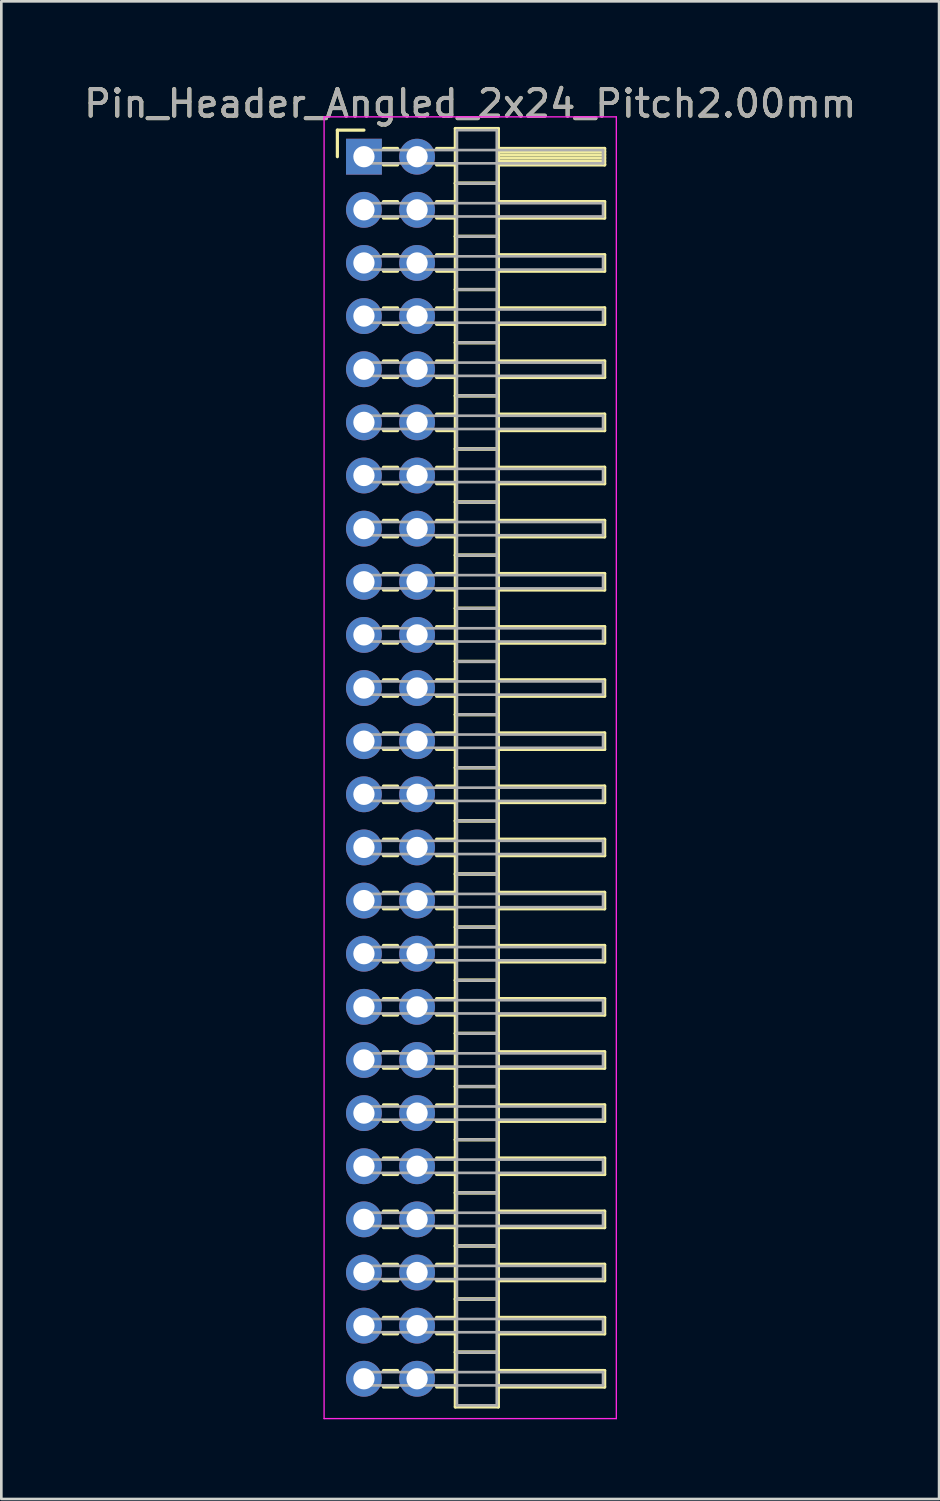
<source format=kicad_pcb>
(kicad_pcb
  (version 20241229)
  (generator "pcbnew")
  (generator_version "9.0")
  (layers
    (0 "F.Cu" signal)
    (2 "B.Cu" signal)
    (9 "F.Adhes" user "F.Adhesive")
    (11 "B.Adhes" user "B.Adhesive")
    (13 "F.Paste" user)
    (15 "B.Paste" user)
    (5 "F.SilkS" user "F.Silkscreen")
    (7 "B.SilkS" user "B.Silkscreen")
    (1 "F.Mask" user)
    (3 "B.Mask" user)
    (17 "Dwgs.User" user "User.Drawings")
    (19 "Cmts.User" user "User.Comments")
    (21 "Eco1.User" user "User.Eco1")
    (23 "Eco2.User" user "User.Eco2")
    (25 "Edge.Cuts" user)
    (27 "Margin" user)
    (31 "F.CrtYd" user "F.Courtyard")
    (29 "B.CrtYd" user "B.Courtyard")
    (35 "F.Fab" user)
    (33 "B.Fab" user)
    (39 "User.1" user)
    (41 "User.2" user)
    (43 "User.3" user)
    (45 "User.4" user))
  (footprint "Pin_Header_Angled_2x24_Pitch2.00mm"
    (layer "F.Cu")
    (at 10.649 2.848)
    (property "Reference" "Pin_Header_Angled_2x24_Pitch2.00mm" (at 4 -2 0) (layer "F.SilkS") (effects (font (size 1 1) (thickness 0.15))))
    (attr through_hole)
    (fp_line (start -1 -1) (end 0 -1) (stroke (width 0.12) (type solid)) (layer "F.SilkS"))
    (fp_line (start -1 0) (end -1 -1) (stroke (width 0.12) (type solid)) (layer "F.SilkS"))
    (fp_line (start 0.735 -0.31) (end 1.265 -0.31) (stroke (width 0.12) (type solid)) (layer "F.SilkS"))
    (fp_line (start 0.735 0.31) (end 1.265 0.31) (stroke (width 0.12) (type solid)) (layer "F.SilkS"))
    (fp_line (start 0.735 1.69) (end 1.265 1.69) (stroke (width 0.12) (type solid)) (layer "F.SilkS"))
    (fp_line (start 0.735 2.31) (end 1.265 2.31) (stroke (width 0.12) (type solid)) (layer "F.SilkS"))
    (fp_line (start 0.735 3.69) (end 1.265 3.69) (stroke (width 0.12) (type solid)) (layer "F.SilkS"))
    (fp_line (start 0.735 4.31) (end 1.265 4.31) (stroke (width 0.12) (type solid)) (layer "F.SilkS"))
    (fp_line (start 0.735 5.69) (end 1.265 5.69) (stroke (width 0.12) (type solid)) (layer "F.SilkS"))
    (fp_line (start 0.735 6.31) (end 1.265 6.31) (stroke (width 0.12) (type solid)) (layer "F.SilkS"))
    (fp_line (start 0.735 7.69) (end 1.265 7.69) (stroke (width 0.12) (type solid)) (layer "F.SilkS"))
    (fp_line (start 0.735 8.31) (end 1.265 8.31) (stroke (width 0.12) (type solid)) (layer "F.SilkS"))
    (fp_line (start 0.735 9.69) (end 1.265 9.69) (stroke (width 0.12) (type solid)) (layer "F.SilkS"))
    (fp_line (start 0.735 10.31) (end 1.265 10.31) (stroke (width 0.12) (type solid)) (layer "F.SilkS"))
    (fp_line (start 0.735 11.69) (end 1.265 11.69) (stroke (width 0.12) (type solid)) (layer "F.SilkS"))
    (fp_line (start 0.735 12.31) (end 1.265 12.31) (stroke (width 0.12) (type solid)) (layer "F.SilkS"))
    (fp_line (start 0.735 13.69) (end 1.265 13.69) (stroke (width 0.12) (type solid)) (layer "F.SilkS"))
    (fp_line (start 0.735 14.31) (end 1.265 14.31) (stroke (width 0.12) (type solid)) (layer "F.SilkS"))
    (fp_line (start 0.735 15.69) (end 1.265 15.69) (stroke (width 0.12) (type solid)) (layer "F.SilkS"))
    (fp_line (start 0.735 16.31) (end 1.265 16.31) (stroke (width 0.12) (type solid)) (layer "F.SilkS"))
    (fp_line (start 0.735 17.69) (end 1.265 17.69) (stroke (width 0.12) (type solid)) (layer "F.SilkS"))
    (fp_line (start 0.735 18.31) (end 1.265 18.31) (stroke (width 0.12) (type solid)) (layer "F.SilkS"))
    (fp_line (start 0.735 19.69) (end 1.265 19.69) (stroke (width 0.12) (type solid)) (layer "F.SilkS"))
    (fp_line (start 0.735 20.31) (end 1.265 20.31) (stroke (width 0.12) (type solid)) (layer "F.SilkS"))
    (fp_line (start 0.735 21.69) (end 1.265 21.69) (stroke (width 0.12) (type solid)) (layer "F.SilkS"))
    (fp_line (start 0.735 22.31) (end 1.265 22.31) (stroke (width 0.12) (type solid)) (layer "F.SilkS"))
    (fp_line (start 0.735 23.69) (end 1.265 23.69) (stroke (width 0.12) (type solid)) (layer "F.SilkS"))
    (fp_line (start 0.735 24.31) (end 1.265 24.31) (stroke (width 0.12) (type solid)) (layer "F.SilkS"))
    (fp_line (start 0.735 25.69) (end 1.265 25.69) (stroke (width 0.12) (type solid)) (layer "F.SilkS"))
    (fp_line (start 0.735 26.31) (end 1.265 26.31) (stroke (width 0.12) (type solid)) (layer "F.SilkS"))
    (fp_line (start 0.735 27.69) (end 1.265 27.69) (stroke (width 0.12) (type solid)) (layer "F.SilkS"))
    (fp_line (start 0.735 28.31) (end 1.265 28.31) (stroke (width 0.12) (type solid)) (layer "F.SilkS"))
    (fp_line (start 0.735 29.69) (end 1.265 29.69) (stroke (width 0.12) (type solid)) (layer "F.SilkS"))
    (fp_line (start 0.735 30.31) (end 1.265 30.31) (stroke (width 0.12) (type solid)) (layer "F.SilkS"))
    (fp_line (start 0.735 31.69) (end 1.265 31.69) (stroke (width 0.12) (type solid)) (layer "F.SilkS"))
    (fp_line (start 0.735 32.31) (end 1.265 32.31) (stroke (width 0.12) (type solid)) (layer "F.SilkS"))
    (fp_line (start 0.735 33.69) (end 1.265 33.69) (stroke (width 0.12) (type solid)) (layer "F.SilkS"))
    (fp_line (start 0.735 34.31) (end 1.265 34.31) (stroke (width 0.12) (type solid)) (layer "F.SilkS"))
    (fp_line (start 0.735 35.69) (end 1.265 35.69) (stroke (width 0.12) (type solid)) (layer "F.SilkS"))
    (fp_line (start 0.735 36.31) (end 1.265 36.31) (stroke (width 0.12) (type solid)) (layer "F.SilkS"))
    (fp_line (start 0.735 37.69) (end 1.265 37.69) (stroke (width 0.12) (type solid)) (layer "F.SilkS"))
    (fp_line (start 0.735 38.31) (end 1.265 38.31) (stroke (width 0.12) (type solid)) (layer "F.SilkS"))
    (fp_line (start 0.735 39.69) (end 1.265 39.69) (stroke (width 0.12) (type solid)) (layer "F.SilkS"))
    (fp_line (start 0.735 40.31) (end 1.265 40.31) (stroke (width 0.12) (type solid)) (layer "F.SilkS"))
    (fp_line (start 0.735 41.69) (end 1.265 41.69) (stroke (width 0.12) (type solid)) (layer "F.SilkS"))
    (fp_line (start 0.735 42.31) (end 1.265 42.31) (stroke (width 0.12) (type solid)) (layer "F.SilkS"))
    (fp_line (start 0.735 43.69) (end 1.265 43.69) (stroke (width 0.12) (type solid)) (layer "F.SilkS"))
    (fp_line (start 0.735 44.31) (end 1.265 44.31) (stroke (width 0.12) (type solid)) (layer "F.SilkS"))
    (fp_line (start 0.735 45.69) (end 1.265 45.69) (stroke (width 0.12) (type solid)) (layer "F.SilkS"))
    (fp_line (start 0.735 46.31) (end 1.265 46.31) (stroke (width 0.12) (type solid)) (layer "F.SilkS"))
    (fp_line (start 2.735 -0.31) (end 3.44 -0.31) (stroke (width 0.12) (type solid)) (layer "F.SilkS"))
    (fp_line (start 2.735 0.31) (end 3.44 0.31) (stroke (width 0.12) (type solid)) (layer "F.SilkS"))
    (fp_line (start 2.735 1.69) (end 3.44 1.69) (stroke (width 0.12) (type solid)) (layer "F.SilkS"))
    (fp_line (start 2.735 2.31) (end 3.44 2.31) (stroke (width 0.12) (type solid)) (layer "F.SilkS"))
    (fp_line (start 2.735 3.69) (end 3.44 3.69) (stroke (width 0.12) (type solid)) (layer "F.SilkS"))
    (fp_line (start 2.735 4.31) (end 3.44 4.31) (stroke (width 0.12) (type solid)) (layer "F.SilkS"))
    (fp_line (start 2.735 5.69) (end 3.44 5.69) (stroke (width 0.12) (type solid)) (layer "F.SilkS"))
    (fp_line (start 2.735 6.31) (end 3.44 6.31) (stroke (width 0.12) (type solid)) (layer "F.SilkS"))
    (fp_line (start 2.735 7.69) (end 3.44 7.69) (stroke (width 0.12) (type solid)) (layer "F.SilkS"))
    (fp_line (start 2.735 8.31) (end 3.44 8.31) (stroke (width 0.12) (type solid)) (layer "F.SilkS"))
    (fp_line (start 2.735 9.69) (end 3.44 9.69) (stroke (width 0.12) (type solid)) (layer "F.SilkS"))
    (fp_line (start 2.735 10.31) (end 3.44 10.31) (stroke (width 0.12) (type solid)) (layer "F.SilkS"))
    (fp_line (start 2.735 11.69) (end 3.44 11.69) (stroke (width 0.12) (type solid)) (layer "F.SilkS"))
    (fp_line (start 2.735 12.31) (end 3.44 12.31) (stroke (width 0.12) (type solid)) (layer "F.SilkS"))
    (fp_line (start 2.735 13.69) (end 3.44 13.69) (stroke (width 0.12) (type solid)) (layer "F.SilkS"))
    (fp_line (start 2.735 14.31) (end 3.44 14.31) (stroke (width 0.12) (type solid)) (layer "F.SilkS"))
    (fp_line (start 2.735 15.69) (end 3.44 15.69) (stroke (width 0.12) (type solid)) (layer "F.SilkS"))
    (fp_line (start 2.735 16.31) (end 3.44 16.31) (stroke (width 0.12) (type solid)) (layer "F.SilkS"))
    (fp_line (start 2.735 17.69) (end 3.44 17.69) (stroke (width 0.12) (type solid)) (layer "F.SilkS"))
    (fp_line (start 2.735 18.31) (end 3.44 18.31) (stroke (width 0.12) (type solid)) (layer "F.SilkS"))
    (fp_line (start 2.735 19.69) (end 3.44 19.69) (stroke (width 0.12) (type solid)) (layer "F.SilkS"))
    (fp_line (start 2.735 20.31) (end 3.44 20.31) (stroke (width 0.12) (type solid)) (layer "F.SilkS"))
    (fp_line (start 2.735 21.69) (end 3.44 21.69) (stroke (width 0.12) (type solid)) (layer "F.SilkS"))
    (fp_line (start 2.735 22.31) (end 3.44 22.31) (stroke (width 0.12) (type solid)) (layer "F.SilkS"))
    (fp_line (start 2.735 23.69) (end 3.44 23.69) (stroke (width 0.12) (type solid)) (layer "F.SilkS"))
    (fp_line (start 2.735 24.31) (end 3.44 24.31) (stroke (width 0.12) (type solid)) (layer "F.SilkS"))
    (fp_line (start 2.735 25.69) (end 3.44 25.69) (stroke (width 0.12) (type solid)) (layer "F.SilkS"))
    (fp_line (start 2.735 26.31) (end 3.44 26.31) (stroke (width 0.12) (type solid)) (layer "F.SilkS"))
    (fp_line (start 2.735 27.69) (end 3.44 27.69) (stroke (width 0.12) (type solid)) (layer "F.SilkS"))
    (fp_line (start 2.735 28.31) (end 3.44 28.31) (stroke (width 0.12) (type solid)) (layer "F.SilkS"))
    (fp_line (start 2.735 29.69) (end 3.44 29.69) (stroke (width 0.12) (type solid)) (layer "F.SilkS"))
    (fp_line (start 2.735 30.31) (end 3.44 30.31) (stroke (width 0.12) (type solid)) (layer "F.SilkS"))
    (fp_line (start 2.735 31.69) (end 3.44 31.69) (stroke (width 0.12) (type solid)) (layer "F.SilkS"))
    (fp_line (start 2.735 32.31) (end 3.44 32.31) (stroke (width 0.12) (type solid)) (layer "F.SilkS"))
    (fp_line (start 2.735 33.69) (end 3.44 33.69) (stroke (width 0.12) (type solid)) (layer "F.SilkS"))
    (fp_line (start 2.735 34.31) (end 3.44 34.31) (stroke (width 0.12) (type solid)) (layer "F.SilkS"))
    (fp_line (start 2.735 35.69) (end 3.44 35.69) (stroke (width 0.12) (type solid)) (layer "F.SilkS"))
    (fp_line (start 2.735 36.31) (end 3.44 36.31) (stroke (width 0.12) (type solid)) (layer "F.SilkS"))
    (fp_line (start 2.735 37.69) (end 3.44 37.69) (stroke (width 0.12) (type solid)) (layer "F.SilkS"))
    (fp_line (start 2.735 38.31) (end 3.44 38.31) (stroke (width 0.12) (type solid)) (layer "F.SilkS"))
    (fp_line (start 2.735 39.69) (end 3.44 39.69) (stroke (width 0.12) (type solid)) (layer "F.SilkS"))
    (fp_line (start 2.735 40.31) (end 3.44 40.31) (stroke (width 0.12) (type solid)) (layer "F.SilkS"))
    (fp_line (start 2.735 41.69) (end 3.44 41.69) (stroke (width 0.12) (type solid)) (layer "F.SilkS"))
    (fp_line (start 2.735 42.31) (end 3.44 42.31) (stroke (width 0.12) (type solid)) (layer "F.SilkS"))
    (fp_line (start 2.735 43.69) (end 3.44 43.69) (stroke (width 0.12) (type solid)) (layer "F.SilkS"))
    (fp_line (start 2.735 44.31) (end 3.44 44.31) (stroke (width 0.12) (type solid)) (layer "F.SilkS"))
    (fp_line (start 2.735 45.69) (end 3.44 45.69) (stroke (width 0.12) (type solid)) (layer "F.SilkS"))
    (fp_line (start 2.735 46.31) (end 3.44 46.31) (stroke (width 0.12) (type solid)) (layer "F.SilkS"))
    (fp_line (start 3.44 -1.06) (end 3.44 1) (stroke (width 0.12) (type solid)) (layer "F.SilkS"))
    (fp_line (start 3.44 1) (end 3.44 3) (stroke (width 0.12) (type solid)) (layer "F.SilkS"))
    (fp_line (start 3.44 1) (end 5.06 1) (stroke (width 0.12) (type solid)) (layer "F.SilkS"))
    (fp_line (start 3.44 3) (end 3.44 5) (stroke (width 0.12) (type solid)) (layer "F.SilkS"))
    (fp_line (start 3.44 3) (end 5.06 3) (stroke (width 0.12) (type solid)) (layer "F.SilkS"))
    (fp_line (start 3.44 5) (end 3.44 7) (stroke (width 0.12) (type solid)) (layer "F.SilkS"))
    (fp_line (start 3.44 5) (end 5.06 5) (stroke (width 0.12) (type solid)) (layer "F.SilkS"))
    (fp_line (start 3.44 7) (end 3.44 9) (stroke (width 0.12) (type solid)) (layer "F.SilkS"))
    (fp_line (start 3.44 7) (end 5.06 7) (stroke (width 0.12) (type solid)) (layer "F.SilkS"))
    (fp_line (start 3.44 9) (end 3.44 11) (stroke (width 0.12) (type solid)) (layer "F.SilkS"))
    (fp_line (start 3.44 9) (end 5.06 9) (stroke (width 0.12) (type solid)) (layer "F.SilkS"))
    (fp_line (start 3.44 11) (end 3.44 13) (stroke (width 0.12) (type solid)) (layer "F.SilkS"))
    (fp_line (start 3.44 11) (end 5.06 11) (stroke (width 0.12) (type solid)) (layer "F.SilkS"))
    (fp_line (start 3.44 13) (end 3.44 15) (stroke (width 0.12) (type solid)) (layer "F.SilkS"))
    (fp_line (start 3.44 13) (end 5.06 13) (stroke (width 0.12) (type solid)) (layer "F.SilkS"))
    (fp_line (start 3.44 15) (end 3.44 17) (stroke (width 0.12) (type solid)) (layer "F.SilkS"))
    (fp_line (start 3.44 15) (end 5.06 15) (stroke (width 0.12) (type solid)) (layer "F.SilkS"))
    (fp_line (start 3.44 17) (end 3.44 19) (stroke (width 0.12) (type solid)) (layer "F.SilkS"))
    (fp_line (start 3.44 17) (end 5.06 17) (stroke (width 0.12) (type solid)) (layer "F.SilkS"))
    (fp_line (start 3.44 19) (end 3.44 21) (stroke (width 0.12) (type solid)) (layer "F.SilkS"))
    (fp_line (start 3.44 19) (end 5.06 19) (stroke (width 0.12) (type solid)) (layer "F.SilkS"))
    (fp_line (start 3.44 21) (end 3.44 23) (stroke (width 0.12) (type solid)) (layer "F.SilkS"))
    (fp_line (start 3.44 21) (end 5.06 21) (stroke (width 0.12) (type solid)) (layer "F.SilkS"))
    (fp_line (start 3.44 23) (end 3.44 25) (stroke (width 0.12) (type solid)) (layer "F.SilkS"))
    (fp_line (start 3.44 23) (end 5.06 23) (stroke (width 0.12) (type solid)) (layer "F.SilkS"))
    (fp_line (start 3.44 25) (end 3.44 27) (stroke (width 0.12) (type solid)) (layer "F.SilkS"))
    (fp_line (start 3.44 25) (end 5.06 25) (stroke (width 0.12) (type solid)) (layer "F.SilkS"))
    (fp_line (start 3.44 27) (end 3.44 29) (stroke (width 0.12) (type solid)) (layer "F.SilkS"))
    (fp_line (start 3.44 27) (end 5.06 27) (stroke (width 0.12) (type solid)) (layer "F.SilkS"))
    (fp_line (start 3.44 29) (end 3.44 31) (stroke (width 0.12) (type solid)) (layer "F.SilkS"))
    (fp_line (start 3.44 29) (end 5.06 29) (stroke (width 0.12) (type solid)) (layer "F.SilkS"))
    (fp_line (start 3.44 31) (end 3.44 33) (stroke (width 0.12) (type solid)) (layer "F.SilkS"))
    (fp_line (start 3.44 31) (end 5.06 31) (stroke (width 0.12) (type solid)) (layer "F.SilkS"))
    (fp_line (start 3.44 33) (end 3.44 35) (stroke (width 0.12) (type solid)) (layer "F.SilkS"))
    (fp_line (start 3.44 33) (end 5.06 33) (stroke (width 0.12) (type solid)) (layer "F.SilkS"))
    (fp_line (start 3.44 35) (end 3.44 37) (stroke (width 0.12) (type solid)) (layer "F.SilkS"))
    (fp_line (start 3.44 35) (end 5.06 35) (stroke (width 0.12) (type solid)) (layer "F.SilkS"))
    (fp_line (start 3.44 37) (end 3.44 39) (stroke (width 0.12) (type solid)) (layer "F.SilkS"))
    (fp_line (start 3.44 37) (end 5.06 37) (stroke (width 0.12) (type solid)) (layer "F.SilkS"))
    (fp_line (start 3.44 39) (end 3.44 41) (stroke (width 0.12) (type solid)) (layer "F.SilkS"))
    (fp_line (start 3.44 39) (end 5.06 39) (stroke (width 0.12) (type solid)) (layer "F.SilkS"))
    (fp_line (start 3.44 41) (end 3.44 43) (stroke (width 0.12) (type solid)) (layer "F.SilkS"))
    (fp_line (start 3.44 41) (end 5.06 41) (stroke (width 0.12) (type solid)) (layer "F.SilkS"))
    (fp_line (start 3.44 43) (end 3.44 45) (stroke (width 0.12) (type solid)) (layer "F.SilkS"))
    (fp_line (start 3.44 43) (end 5.06 43) (stroke (width 0.12) (type solid)) (layer "F.SilkS"))
    (fp_line (start 3.44 45) (end 3.44 47.06) (stroke (width 0.12) (type solid)) (layer "F.SilkS"))
    (fp_line (start 3.44 45) (end 5.06 45) (stroke (width 0.12) (type solid)) (layer "F.SilkS"))
    (fp_line (start 3.44 47.06) (end 5.06 47.06) (stroke (width 0.12) (type solid)) (layer "F.SilkS"))
    (fp_line (start 5.06 -1.06) (end 3.44 -1.06) (stroke (width 0.12) (type solid)) (layer "F.SilkS"))
    (fp_line (start 5.06 -0.31) (end 5.06 0.31) (stroke (width 0.12) (type solid)) (layer "F.SilkS"))
    (fp_line (start 5.06 -0.19) (end 9.06 -0.19) (stroke (width 0.12) (type solid)) (layer "F.SilkS"))
    (fp_line (start 5.06 -0.07) (end 9.06 -0.07) (stroke (width 0.12) (type solid)) (layer "F.SilkS"))
    (fp_line (start 5.06 0.05) (end 9.06 0.05) (stroke (width 0.12) (type solid)) (layer "F.SilkS"))
    (fp_line (start 5.06 0.17) (end 9.06 0.17) (stroke (width 0.12) (type solid)) (layer "F.SilkS"))
    (fp_line (start 5.06 0.29) (end 9.06 0.29) (stroke (width 0.12) (type solid)) (layer "F.SilkS"))
    (fp_line (start 5.06 0.31) (end 9.06 0.31) (stroke (width 0.12) (type solid)) (layer "F.SilkS"))
    (fp_line (start 5.06 1) (end 3.44 1) (stroke (width 0.12) (type solid)) (layer "F.SilkS"))
    (fp_line (start 5.06 1) (end 5.06 -1.06) (stroke (width 0.12) (type solid)) (layer "F.SilkS"))
    (fp_line (start 5.06 1.69) (end 5.06 2.31) (stroke (width 0.12) (type solid)) (layer "F.SilkS"))
    (fp_line (start 5.06 2.31) (end 9.06 2.31) (stroke (width 0.12) (type solid)) (layer "F.SilkS"))
    (fp_line (start 5.06 3) (end 3.44 3) (stroke (width 0.12) (type solid)) (layer "F.SilkS"))
    (fp_line (start 5.06 3) (end 5.06 1) (stroke (width 0.12) (type solid)) (layer "F.SilkS"))
    (fp_line (start 5.06 3.69) (end 5.06 4.31) (stroke (width 0.12) (type solid)) (layer "F.SilkS"))
    (fp_line (start 5.06 4.31) (end 9.06 4.31) (stroke (width 0.12) (type solid)) (layer "F.SilkS"))
    (fp_line (start 5.06 5) (end 3.44 5) (stroke (width 0.12) (type solid)) (layer "F.SilkS"))
    (fp_line (start 5.06 5) (end 5.06 3) (stroke (width 0.12) (type solid)) (layer "F.SilkS"))
    (fp_line (start 5.06 5.69) (end 5.06 6.31) (stroke (width 0.12) (type solid)) (layer "F.SilkS"))
    (fp_line (start 5.06 6.31) (end 9.06 6.31) (stroke (width 0.12) (type solid)) (layer "F.SilkS"))
    (fp_line (start 5.06 7) (end 3.44 7) (stroke (width 0.12) (type solid)) (layer "F.SilkS"))
    (fp_line (start 5.06 7) (end 5.06 5) (stroke (width 0.12) (type solid)) (layer "F.SilkS"))
    (fp_line (start 5.06 7.69) (end 5.06 8.31) (stroke (width 0.12) (type solid)) (layer "F.SilkS"))
    (fp_line (start 5.06 8.31) (end 9.06 8.31) (stroke (width 0.12) (type solid)) (layer "F.SilkS"))
    (fp_line (start 5.06 9) (end 3.44 9) (stroke (width 0.12) (type solid)) (layer "F.SilkS"))
    (fp_line (start 5.06 9) (end 5.06 7) (stroke (width 0.12) (type solid)) (layer "F.SilkS"))
    (fp_line (start 5.06 9.69) (end 5.06 10.31) (stroke (width 0.12) (type solid)) (layer "F.SilkS"))
    (fp_line (start 5.06 10.31) (end 9.06 10.31) (stroke (width 0.12) (type solid)) (layer "F.SilkS"))
    (fp_line (start 5.06 11) (end 3.44 11) (stroke (width 0.12) (type solid)) (layer "F.SilkS"))
    (fp_line (start 5.06 11) (end 5.06 9) (stroke (width 0.12) (type solid)) (layer "F.SilkS"))
    (fp_line (start 5.06 11.69) (end 5.06 12.31) (stroke (width 0.12) (type solid)) (layer "F.SilkS"))
    (fp_line (start 5.06 12.31) (end 9.06 12.31) (stroke (width 0.12) (type solid)) (layer "F.SilkS"))
    (fp_line (start 5.06 13) (end 3.44 13) (stroke (width 0.12) (type solid)) (layer "F.SilkS"))
    (fp_line (start 5.06 13) (end 5.06 11) (stroke (width 0.12) (type solid)) (layer "F.SilkS"))
    (fp_line (start 5.06 13.69) (end 5.06 14.31) (stroke (width 0.12) (type solid)) (layer "F.SilkS"))
    (fp_line (start 5.06 14.31) (end 9.06 14.31) (stroke (width 0.12) (type solid)) (layer "F.SilkS"))
    (fp_line (start 5.06 15) (end 3.44 15) (stroke (width 0.12) (type solid)) (layer "F.SilkS"))
    (fp_line (start 5.06 15) (end 5.06 13) (stroke (width 0.12) (type solid)) (layer "F.SilkS"))
    (fp_line (start 5.06 15.69) (end 5.06 16.31) (stroke (width 0.12) (type solid)) (layer "F.SilkS"))
    (fp_line (start 5.06 16.31) (end 9.06 16.31) (stroke (width 0.12) (type solid)) (layer "F.SilkS"))
    (fp_line (start 5.06 17) (end 3.44 17) (stroke (width 0.12) (type solid)) (layer "F.SilkS"))
    (fp_line (start 5.06 17) (end 5.06 15) (stroke (width 0.12) (type solid)) (layer "F.SilkS"))
    (fp_line (start 5.06 17.69) (end 5.06 18.31) (stroke (width 0.12) (type solid)) (layer "F.SilkS"))
    (fp_line (start 5.06 18.31) (end 9.06 18.31) (stroke (width 0.12) (type solid)) (layer "F.SilkS"))
    (fp_line (start 5.06 19) (end 3.44 19) (stroke (width 0.12) (type solid)) (layer "F.SilkS"))
    (fp_line (start 5.06 19) (end 5.06 17) (stroke (width 0.12) (type solid)) (layer "F.SilkS"))
    (fp_line (start 5.06 19.69) (end 5.06 20.31) (stroke (width 0.12) (type solid)) (layer "F.SilkS"))
    (fp_line (start 5.06 20.31) (end 9.06 20.31) (stroke (width 0.12) (type solid)) (layer "F.SilkS"))
    (fp_line (start 5.06 21) (end 3.44 21) (stroke (width 0.12) (type solid)) (layer "F.SilkS"))
    (fp_line (start 5.06 21) (end 5.06 19) (stroke (width 0.12) (type solid)) (layer "F.SilkS"))
    (fp_line (start 5.06 21.69) (end 5.06 22.31) (stroke (width 0.12) (type solid)) (layer "F.SilkS"))
    (fp_line (start 5.06 22.31) (end 9.06 22.31) (stroke (width 0.12) (type solid)) (layer "F.SilkS"))
    (fp_line (start 5.06 23) (end 3.44 23) (stroke (width 0.12) (type solid)) (layer "F.SilkS"))
    (fp_line (start 5.06 23) (end 5.06 21) (stroke (width 0.12) (type solid)) (layer "F.SilkS"))
    (fp_line (start 5.06 23.69) (end 5.06 24.31) (stroke (width 0.12) (type solid)) (layer "F.SilkS"))
    (fp_line (start 5.06 24.31) (end 9.06 24.31) (stroke (width 0.12) (type solid)) (layer "F.SilkS"))
    (fp_line (start 5.06 25) (end 3.44 25) (stroke (width 0.12) (type solid)) (layer "F.SilkS"))
    (fp_line (start 5.06 25) (end 5.06 23) (stroke (width 0.12) (type solid)) (layer "F.SilkS"))
    (fp_line (start 5.06 25.69) (end 5.06 26.31) (stroke (width 0.12) (type solid)) (layer "F.SilkS"))
    (fp_line (start 5.06 26.31) (end 9.06 26.31) (stroke (width 0.12) (type solid)) (layer "F.SilkS"))
    (fp_line (start 5.06 27) (end 3.44 27) (stroke (width 0.12) (type solid)) (layer "F.SilkS"))
    (fp_line (start 5.06 27) (end 5.06 25) (stroke (width 0.12) (type solid)) (layer "F.SilkS"))
    (fp_line (start 5.06 27.69) (end 5.06 28.31) (stroke (width 0.12) (type solid)) (layer "F.SilkS"))
    (fp_line (start 5.06 28.31) (end 9.06 28.31) (stroke (width 0.12) (type solid)) (layer "F.SilkS"))
    (fp_line (start 5.06 29) (end 3.44 29) (stroke (width 0.12) (type solid)) (layer "F.SilkS"))
    (fp_line (start 5.06 29) (end 5.06 27) (stroke (width 0.12) (type solid)) (layer "F.SilkS"))
    (fp_line (start 5.06 29.69) (end 5.06 30.31) (stroke (width 0.12) (type solid)) (layer "F.SilkS"))
    (fp_line (start 5.06 30.31) (end 9.06 30.31) (stroke (width 0.12) (type solid)) (layer "F.SilkS"))
    (fp_line (start 5.06 31) (end 3.44 31) (stroke (width 0.12) (type solid)) (layer "F.SilkS"))
    (fp_line (start 5.06 31) (end 5.06 29) (stroke (width 0.12) (type solid)) (layer "F.SilkS"))
    (fp_line (start 5.06 31.69) (end 5.06 32.31) (stroke (width 0.12) (type solid)) (layer "F.SilkS"))
    (fp_line (start 5.06 32.31) (end 9.06 32.31) (stroke (width 0.12) (type solid)) (layer "F.SilkS"))
    (fp_line (start 5.06 33) (end 3.44 33) (stroke (width 0.12) (type solid)) (layer "F.SilkS"))
    (fp_line (start 5.06 33) (end 5.06 31) (stroke (width 0.12) (type solid)) (layer "F.SilkS"))
    (fp_line (start 5.06 33.69) (end 5.06 34.31) (stroke (width 0.12) (type solid)) (layer "F.SilkS"))
    (fp_line (start 5.06 34.31) (end 9.06 34.31) (stroke (width 0.12) (type solid)) (layer "F.SilkS"))
    (fp_line (start 5.06 35) (end 3.44 35) (stroke (width 0.12) (type solid)) (layer "F.SilkS"))
    (fp_line (start 5.06 35) (end 5.06 33) (stroke (width 0.12) (type solid)) (layer "F.SilkS"))
    (fp_line (start 5.06 35.69) (end 5.06 36.31) (stroke (width 0.12) (type solid)) (layer "F.SilkS"))
    (fp_line (start 5.06 36.31) (end 9.06 36.31) (stroke (width 0.12) (type solid)) (layer "F.SilkS"))
    (fp_line (start 5.06 37) (end 3.44 37) (stroke (width 0.12) (type solid)) (layer "F.SilkS"))
    (fp_line (start 5.06 37) (end 5.06 35) (stroke (width 0.12) (type solid)) (layer "F.SilkS"))
    (fp_line (start 5.06 37.69) (end 5.06 38.31) (stroke (width 0.12) (type solid)) (layer "F.SilkS"))
    (fp_line (start 5.06 38.31) (end 9.06 38.31) (stroke (width 0.12) (type solid)) (layer "F.SilkS"))
    (fp_line (start 5.06 39) (end 3.44 39) (stroke (width 0.12) (type solid)) (layer "F.SilkS"))
    (fp_line (start 5.06 39) (end 5.06 37) (stroke (width 0.12) (type solid)) (layer "F.SilkS"))
    (fp_line (start 5.06 39.69) (end 5.06 40.31) (stroke (width 0.12) (type solid)) (layer "F.SilkS"))
    (fp_line (start 5.06 40.31) (end 9.06 40.31) (stroke (width 0.12) (type solid)) (layer "F.SilkS"))
    (fp_line (start 5.06 41) (end 3.44 41) (stroke (width 0.12) (type solid)) (layer "F.SilkS"))
    (fp_line (start 5.06 41) (end 5.06 39) (stroke (width 0.12) (type solid)) (layer "F.SilkS"))
    (fp_line (start 5.06 41.69) (end 5.06 42.31) (stroke (width 0.12) (type solid)) (layer "F.SilkS"))
    (fp_line (start 5.06 42.31) (end 9.06 42.31) (stroke (width 0.12) (type solid)) (layer "F.SilkS"))
    (fp_line (start 5.06 43) (end 3.44 43) (stroke (width 0.12) (type solid)) (layer "F.SilkS"))
    (fp_line (start 5.06 43) (end 5.06 41) (stroke (width 0.12) (type solid)) (layer "F.SilkS"))
    (fp_line (start 5.06 43.69) (end 5.06 44.31) (stroke (width 0.12) (type solid)) (layer "F.SilkS"))
    (fp_line (start 5.06 44.31) (end 9.06 44.31) (stroke (width 0.12) (type solid)) (layer "F.SilkS"))
    (fp_line (start 5.06 45) (end 3.44 45) (stroke (width 0.12) (type solid)) (layer "F.SilkS"))
    (fp_line (start 5.06 45) (end 5.06 43) (stroke (width 0.12) (type solid)) (layer "F.SilkS"))
    (fp_line (start 5.06 45.69) (end 5.06 46.31) (stroke (width 0.12) (type solid)) (layer "F.SilkS"))
    (fp_line (start 5.06 46.31) (end 9.06 46.31) (stroke (width 0.12) (type solid)) (layer "F.SilkS"))
    (fp_line (start 5.06 47.06) (end 5.06 45) (stroke (width 0.12) (type solid)) (layer "F.SilkS"))
    (fp_line (start 9.06 -0.31) (end 5.06 -0.31) (stroke (width 0.12) (type solid)) (layer "F.SilkS"))
    (fp_line (start 9.06 0.31) (end 9.06 -0.31) (stroke (width 0.12) (type solid)) (layer "F.SilkS"))
    (fp_line (start 9.06 1.69) (end 5.06 1.69) (stroke (width 0.12) (type solid)) (layer "F.SilkS"))
    (fp_line (start 9.06 2.31) (end 9.06 1.69) (stroke (width 0.12) (type solid)) (layer "F.SilkS"))
    (fp_line (start 9.06 3.69) (end 5.06 3.69) (stroke (width 0.12) (type solid)) (layer "F.SilkS"))
    (fp_line (start 9.06 4.31) (end 9.06 3.69) (stroke (width 0.12) (type solid)) (layer "F.SilkS"))
    (fp_line (start 9.06 5.69) (end 5.06 5.69) (stroke (width 0.12) (type solid)) (layer "F.SilkS"))
    (fp_line (start 9.06 6.31) (end 9.06 5.69) (stroke (width 0.12) (type solid)) (layer "F.SilkS"))
    (fp_line (start 9.06 7.69) (end 5.06 7.69) (stroke (width 0.12) (type solid)) (layer "F.SilkS"))
    (fp_line (start 9.06 8.31) (end 9.06 7.69) (stroke (width 0.12) (type solid)) (layer "F.SilkS"))
    (fp_line (start 9.06 9.69) (end 5.06 9.69) (stroke (width 0.12) (type solid)) (layer "F.SilkS"))
    (fp_line (start 9.06 10.31) (end 9.06 9.69) (stroke (width 0.12) (type solid)) (layer "F.SilkS"))
    (fp_line (start 9.06 11.69) (end 5.06 11.69) (stroke (width 0.12) (type solid)) (layer "F.SilkS"))
    (fp_line (start 9.06 12.31) (end 9.06 11.69) (stroke (width 0.12) (type solid)) (layer "F.SilkS"))
    (fp_line (start 9.06 13.69) (end 5.06 13.69) (stroke (width 0.12) (type solid)) (layer "F.SilkS"))
    (fp_line (start 9.06 14.31) (end 9.06 13.69) (stroke (width 0.12) (type solid)) (layer "F.SilkS"))
    (fp_line (start 9.06 15.69) (end 5.06 15.69) (stroke (width 0.12) (type solid)) (layer "F.SilkS"))
    (fp_line (start 9.06 16.31) (end 9.06 15.69) (stroke (width 0.12) (type solid)) (layer "F.SilkS"))
    (fp_line (start 9.06 17.69) (end 5.06 17.69) (stroke (width 0.12) (type solid)) (layer "F.SilkS"))
    (fp_line (start 9.06 18.31) (end 9.06 17.69) (stroke (width 0.12) (type solid)) (layer "F.SilkS"))
    (fp_line (start 9.06 19.69) (end 5.06 19.69) (stroke (width 0.12) (type solid)) (layer "F.SilkS"))
    (fp_line (start 9.06 20.31) (end 9.06 19.69) (stroke (width 0.12) (type solid)) (layer "F.SilkS"))
    (fp_line (start 9.06 21.69) (end 5.06 21.69) (stroke (width 0.12) (type solid)) (layer "F.SilkS"))
    (fp_line (start 9.06 22.31) (end 9.06 21.69) (stroke (width 0.12) (type solid)) (layer "F.SilkS"))
    (fp_line (start 9.06 23.69) (end 5.06 23.69) (stroke (width 0.12) (type solid)) (layer "F.SilkS"))
    (fp_line (start 9.06 24.31) (end 9.06 23.69) (stroke (width 0.12) (type solid)) (layer "F.SilkS"))
    (fp_line (start 9.06 25.69) (end 5.06 25.69) (stroke (width 0.12) (type solid)) (layer "F.SilkS"))
    (fp_line (start 9.06 26.31) (end 9.06 25.69) (stroke (width 0.12) (type solid)) (layer "F.SilkS"))
    (fp_line (start 9.06 27.69) (end 5.06 27.69) (stroke (width 0.12) (type solid)) (layer "F.SilkS"))
    (fp_line (start 9.06 28.31) (end 9.06 27.69) (stroke (width 0.12) (type solid)) (layer "F.SilkS"))
    (fp_line (start 9.06 29.69) (end 5.06 29.69) (stroke (width 0.12) (type solid)) (layer "F.SilkS"))
    (fp_line (start 9.06 30.31) (end 9.06 29.69) (stroke (width 0.12) (type solid)) (layer "F.SilkS"))
    (fp_line (start 9.06 31.69) (end 5.06 31.69) (stroke (width 0.12) (type solid)) (layer "F.SilkS"))
    (fp_line (start 9.06 32.31) (end 9.06 31.69) (stroke (width 0.12) (type solid)) (layer "F.SilkS"))
    (fp_line (start 9.06 33.69) (end 5.06 33.69) (stroke (width 0.12) (type solid)) (layer "F.SilkS"))
    (fp_line (start 9.06 34.31) (end 9.06 33.69) (stroke (width 0.12) (type solid)) (layer "F.SilkS"))
    (fp_line (start 9.06 35.69) (end 5.06 35.69) (stroke (width 0.12) (type solid)) (layer "F.SilkS"))
    (fp_line (start 9.06 36.31) (end 9.06 35.69) (stroke (width 0.12) (type solid)) (layer "F.SilkS"))
    (fp_line (start 9.06 37.69) (end 5.06 37.69) (stroke (width 0.12) (type solid)) (layer "F.SilkS"))
    (fp_line (start 9.06 38.31) (end 9.06 37.69) (stroke (width 0.12) (type solid)) (layer "F.SilkS"))
    (fp_line (start 9.06 39.69) (end 5.06 39.69) (stroke (width 0.12) (type solid)) (layer "F.SilkS"))
    (fp_line (start 9.06 40.31) (end 9.06 39.69) (stroke (width 0.12) (type solid)) (layer "F.SilkS"))
    (fp_line (start 9.06 41.69) (end 5.06 41.69) (stroke (width 0.12) (type solid)) (layer "F.SilkS"))
    (fp_line (start 9.06 42.31) (end 9.06 41.69) (stroke (width 0.12) (type solid)) (layer "F.SilkS"))
    (fp_line (start 9.06 43.69) (end 5.06 43.69) (stroke (width 0.12) (type solid)) (layer "F.SilkS"))
    (fp_line (start 9.06 44.31) (end 9.06 43.69) (stroke (width 0.12) (type solid)) (layer "F.SilkS"))
    (fp_line (start 9.06 45.69) (end 5.06 45.69) (stroke (width 0.12) (type solid)) (layer "F.SilkS"))
    (fp_line (start 9.06 46.31) (end 9.06 45.69) (stroke (width 0.12) (type solid)) (layer "F.SilkS"))
    (fp_line (start -1.5 -1.5) (end -1.5 47.5) (stroke (width 0.05) (type solid)) (layer "F.CrtYd"))
    (fp_line (start -1.5 47.5) (end 9.5 47.5) (stroke (width 0.05) (type solid)) (layer "F.CrtYd"))
    (fp_line (start 9.5 -1.5) (end -1.5 -1.5) (stroke (width 0.05) (type solid)) (layer "F.CrtYd"))
    (fp_line (start 9.5 47.5) (end 9.5 -1.5) (stroke (width 0.05) (type solid)) (layer "F.CrtYd"))
    (fp_line (start 0 -0.25) (end 0 0.25) (stroke (width 0.1) (type solid)) (layer "F.Fab"))
    (fp_line (start 0 0.25) (end 9 0.25) (stroke (width 0.1) (type solid)) (layer "F.Fab"))
    (fp_line (start 0 1.75) (end 0 2.25) (stroke (width 0.1) (type solid)) (layer "F.Fab"))
    (fp_line (start 0 2.25) (end 9 2.25) (stroke (width 0.1) (type solid)) (layer "F.Fab"))
    (fp_line (start 0 3.75) (end 0 4.25) (stroke (width 0.1) (type solid)) (layer "F.Fab"))
    (fp_line (start 0 4.25) (end 9 4.25) (stroke (width 0.1) (type solid)) (layer "F.Fab"))
    (fp_line (start 0 5.75) (end 0 6.25) (stroke (width 0.1) (type solid)) (layer "F.Fab"))
    (fp_line (start 0 6.25) (end 9 6.25) (stroke (width 0.1) (type solid)) (layer "F.Fab"))
    (fp_line (start 0 7.75) (end 0 8.25) (stroke (width 0.1) (type solid)) (layer "F.Fab"))
    (fp_line (start 0 8.25) (end 9 8.25) (stroke (width 0.1) (type solid)) (layer "F.Fab"))
    (fp_line (start 0 9.75) (end 0 10.25) (stroke (width 0.1) (type solid)) (layer "F.Fab"))
    (fp_line (start 0 10.25) (end 9 10.25) (stroke (width 0.1) (type solid)) (layer "F.Fab"))
    (fp_line (start 0 11.75) (end 0 12.25) (stroke (width 0.1) (type solid)) (layer "F.Fab"))
    (fp_line (start 0 12.25) (end 9 12.25) (stroke (width 0.1) (type solid)) (layer "F.Fab"))
    (fp_line (start 0 13.75) (end 0 14.25) (stroke (width 0.1) (type solid)) (layer "F.Fab"))
    (fp_line (start 0 14.25) (end 9 14.25) (stroke (width 0.1) (type solid)) (layer "F.Fab"))
    (fp_line (start 0 15.75) (end 0 16.25) (stroke (width 0.1) (type solid)) (layer "F.Fab"))
    (fp_line (start 0 16.25) (end 9 16.25) (stroke (width 0.1) (type solid)) (layer "F.Fab"))
    (fp_line (start 0 17.75) (end 0 18.25) (stroke (width 0.1) (type solid)) (layer "F.Fab"))
    (fp_line (start 0 18.25) (end 9 18.25) (stroke (width 0.1) (type solid)) (layer "F.Fab"))
    (fp_line (start 0 19.75) (end 0 20.25) (stroke (width 0.1) (type solid)) (layer "F.Fab"))
    (fp_line (start 0 20.25) (end 9 20.25) (stroke (width 0.1) (type solid)) (layer "F.Fab"))
    (fp_line (start 0 21.75) (end 0 22.25) (stroke (width 0.1) (type solid)) (layer "F.Fab"))
    (fp_line (start 0 22.25) (end 9 22.25) (stroke (width 0.1) (type solid)) (layer "F.Fab"))
    (fp_line (start 0 23.75) (end 0 24.25) (stroke (width 0.1) (type solid)) (layer "F.Fab"))
    (fp_line (start 0 24.25) (end 9 24.25) (stroke (width 0.1) (type solid)) (layer "F.Fab"))
    (fp_line (start 0 25.75) (end 0 26.25) (stroke (width 0.1) (type solid)) (layer "F.Fab"))
    (fp_line (start 0 26.25) (end 9 26.25) (stroke (width 0.1) (type solid)) (layer "F.Fab"))
    (fp_line (start 0 27.75) (end 0 28.25) (stroke (width 0.1) (type solid)) (layer "F.Fab"))
    (fp_line (start 0 28.25) (end 9 28.25) (stroke (width 0.1) (type solid)) (layer "F.Fab"))
    (fp_line (start 0 29.75) (end 0 30.25) (stroke (width 0.1) (type solid)) (layer "F.Fab"))
    (fp_line (start 0 30.25) (end 9 30.25) (stroke (width 0.1) (type solid)) (layer "F.Fab"))
    (fp_line (start 0 31.75) (end 0 32.25) (stroke (width 0.1) (type solid)) (layer "F.Fab"))
    (fp_line (start 0 32.25) (end 9 32.25) (stroke (width 0.1) (type solid)) (layer "F.Fab"))
    (fp_line (start 0 33.75) (end 0 34.25) (stroke (width 0.1) (type solid)) (layer "F.Fab"))
    (fp_line (start 0 34.25) (end 9 34.25) (stroke (width 0.1) (type solid)) (layer "F.Fab"))
    (fp_line (start 0 35.75) (end 0 36.25) (stroke (width 0.1) (type solid)) (layer "F.Fab"))
    (fp_line (start 0 36.25) (end 9 36.25) (stroke (width 0.1) (type solid)) (layer "F.Fab"))
    (fp_line (start 0 37.75) (end 0 38.25) (stroke (width 0.1) (type solid)) (layer "F.Fab"))
    (fp_line (start 0 38.25) (end 9 38.25) (stroke (width 0.1) (type solid)) (layer "F.Fab"))
    (fp_line (start 0 39.75) (end 0 40.25) (stroke (width 0.1) (type solid)) (layer "F.Fab"))
    (fp_line (start 0 40.25) (end 9 40.25) (stroke (width 0.1) (type solid)) (layer "F.Fab"))
    (fp_line (start 0 41.75) (end 0 42.25) (stroke (width 0.1) (type solid)) (layer "F.Fab"))
    (fp_line (start 0 42.25) (end 9 42.25) (stroke (width 0.1) (type solid)) (layer "F.Fab"))
    (fp_line (start 0 43.75) (end 0 44.25) (stroke (width 0.1) (type solid)) (layer "F.Fab"))
    (fp_line (start 0 44.25) (end 9 44.25) (stroke (width 0.1) (type solid)) (layer "F.Fab"))
    (fp_line (start 0 45.75) (end 0 46.25) (stroke (width 0.1) (type solid)) (layer "F.Fab"))
    (fp_line (start 0 46.25) (end 9 46.25) (stroke (width 0.1) (type solid)) (layer "F.Fab"))
    (fp_line (start 3.5 -1) (end 3.5 1) (stroke (width 0.1) (type solid)) (layer "F.Fab"))
    (fp_line (start 3.5 1) (end 3.5 3) (stroke (width 0.1) (type solid)) (layer "F.Fab"))
    (fp_line (start 3.5 1) (end 5 1) (stroke (width 0.1) (type solid)) (layer "F.Fab"))
    (fp_line (start 3.5 3) (end 3.5 5) (stroke (width 0.1) (type solid)) (layer "F.Fab"))
    (fp_line (start 3.5 3) (end 5 3) (stroke (width 0.1) (type solid)) (layer "F.Fab"))
    (fp_line (start 3.5 5) (end 3.5 7) (stroke (width 0.1) (type solid)) (layer "F.Fab"))
    (fp_line (start 3.5 5) (end 5 5) (stroke (width 0.1) (type solid)) (layer "F.Fab"))
    (fp_line (start 3.5 7) (end 3.5 9) (stroke (width 0.1) (type solid)) (layer "F.Fab"))
    (fp_line (start 3.5 7) (end 5 7) (stroke (width 0.1) (type solid)) (layer "F.Fab"))
    (fp_line (start 3.5 9) (end 3.5 11) (stroke (width 0.1) (type solid)) (layer "F.Fab"))
    (fp_line (start 3.5 9) (end 5 9) (stroke (width 0.1) (type solid)) (layer "F.Fab"))
    (fp_line (start 3.5 11) (end 3.5 13) (stroke (width 0.1) (type solid)) (layer "F.Fab"))
    (fp_line (start 3.5 11) (end 5 11) (stroke (width 0.1) (type solid)) (layer "F.Fab"))
    (fp_line (start 3.5 13) (end 3.5 15) (stroke (width 0.1) (type solid)) (layer "F.Fab"))
    (fp_line (start 3.5 13) (end 5 13) (stroke (width 0.1) (type solid)) (layer "F.Fab"))
    (fp_line (start 3.5 15) (end 3.5 17) (stroke (width 0.1) (type solid)) (layer "F.Fab"))
    (fp_line (start 3.5 15) (end 5 15) (stroke (width 0.1) (type solid)) (layer "F.Fab"))
    (fp_line (start 3.5 17) (end 3.5 19) (stroke (width 0.1) (type solid)) (layer "F.Fab"))
    (fp_line (start 3.5 17) (end 5 17) (stroke (width 0.1) (type solid)) (layer "F.Fab"))
    (fp_line (start 3.5 19) (end 3.5 21) (stroke (width 0.1) (type solid)) (layer "F.Fab"))
    (fp_line (start 3.5 19) (end 5 19) (stroke (width 0.1) (type solid)) (layer "F.Fab"))
    (fp_line (start 3.5 21) (end 3.5 23) (stroke (width 0.1) (type solid)) (layer "F.Fab"))
    (fp_line (start 3.5 21) (end 5 21) (stroke (width 0.1) (type solid)) (layer "F.Fab"))
    (fp_line (start 3.5 23) (end 3.5 25) (stroke (width 0.1) (type solid)) (layer "F.Fab"))
    (fp_line (start 3.5 23) (end 5 23) (stroke (width 0.1) (type solid)) (layer "F.Fab"))
    (fp_line (start 3.5 25) (end 3.5 27) (stroke (width 0.1) (type solid)) (layer "F.Fab"))
    (fp_line (start 3.5 25) (end 5 25) (stroke (width 0.1) (type solid)) (layer "F.Fab"))
    (fp_line (start 3.5 27) (end 3.5 29) (stroke (width 0.1) (type solid)) (layer "F.Fab"))
    (fp_line (start 3.5 27) (end 5 27) (stroke (width 0.1) (type solid)) (layer "F.Fab"))
    (fp_line (start 3.5 29) (end 3.5 31) (stroke (width 0.1) (type solid)) (layer "F.Fab"))
    (fp_line (start 3.5 29) (end 5 29) (stroke (width 0.1) (type solid)) (layer "F.Fab"))
    (fp_line (start 3.5 31) (end 3.5 33) (stroke (width 0.1) (type solid)) (layer "F.Fab"))
    (fp_line (start 3.5 31) (end 5 31) (stroke (width 0.1) (type solid)) (layer "F.Fab"))
    (fp_line (start 3.5 33) (end 3.5 35) (stroke (width 0.1) (type solid)) (layer "F.Fab"))
    (fp_line (start 3.5 33) (end 5 33) (stroke (width 0.1) (type solid)) (layer "F.Fab"))
    (fp_line (start 3.5 35) (end 3.5 37) (stroke (width 0.1) (type solid)) (layer "F.Fab"))
    (fp_line (start 3.5 35) (end 5 35) (stroke (width 0.1) (type solid)) (layer "F.Fab"))
    (fp_line (start 3.5 37) (end 3.5 39) (stroke (width 0.1) (type solid)) (layer "F.Fab"))
    (fp_line (start 3.5 37) (end 5 37) (stroke (width 0.1) (type solid)) (layer "F.Fab"))
    (fp_line (start 3.5 39) (end 3.5 41) (stroke (width 0.1) (type solid)) (layer "F.Fab"))
    (fp_line (start 3.5 39) (end 5 39) (stroke (width 0.1) (type solid)) (layer "F.Fab"))
    (fp_line (start 3.5 41) (end 3.5 43) (stroke (width 0.1) (type solid)) (layer "F.Fab"))
    (fp_line (start 3.5 41) (end 5 41) (stroke (width 0.1) (type solid)) (layer "F.Fab"))
    (fp_line (start 3.5 43) (end 3.5 45) (stroke (width 0.1) (type solid)) (layer "F.Fab"))
    (fp_line (start 3.5 43) (end 5 43) (stroke (width 0.1) (type solid)) (layer "F.Fab"))
    (fp_line (start 3.5 45) (end 3.5 47) (stroke (width 0.1) (type solid)) (layer "F.Fab"))
    (fp_line (start 3.5 45) (end 5 45) (stroke (width 0.1) (type solid)) (layer "F.Fab"))
    (fp_line (start 3.5 47) (end 5 47) (stroke (width 0.1) (type solid)) (layer "F.Fab"))
    (fp_line (start 5 -1) (end 3.5 -1) (stroke (width 0.1) (type solid)) (layer "F.Fab"))
    (fp_line (start 5 1) (end 3.5 1) (stroke (width 0.1) (type solid)) (layer "F.Fab"))
    (fp_line (start 5 1) (end 5 -1) (stroke (width 0.1) (type solid)) (layer "F.Fab"))
    (fp_line (start 5 3) (end 3.5 3) (stroke (width 0.1) (type solid)) (layer "F.Fab"))
    (fp_line (start 5 3) (end 5 1) (stroke (width 0.1) (type solid)) (layer "F.Fab"))
    (fp_line (start 5 5) (end 3.5 5) (stroke (width 0.1) (type solid)) (layer "F.Fab"))
    (fp_line (start 5 5) (end 5 3) (stroke (width 0.1) (type solid)) (layer "F.Fab"))
    (fp_line (start 5 7) (end 3.5 7) (stroke (width 0.1) (type solid)) (layer "F.Fab"))
    (fp_line (start 5 7) (end 5 5) (stroke (width 0.1) (type solid)) (layer "F.Fab"))
    (fp_line (start 5 9) (end 3.5 9) (stroke (width 0.1) (type solid)) (layer "F.Fab"))
    (fp_line (start 5 9) (end 5 7) (stroke (width 0.1) (type solid)) (layer "F.Fab"))
    (fp_line (start 5 11) (end 3.5 11) (stroke (width 0.1) (type solid)) (layer "F.Fab"))
    (fp_line (start 5 11) (end 5 9) (stroke (width 0.1) (type solid)) (layer "F.Fab"))
    (fp_line (start 5 13) (end 3.5 13) (stroke (width 0.1) (type solid)) (layer "F.Fab"))
    (fp_line (start 5 13) (end 5 11) (stroke (width 0.1) (type solid)) (layer "F.Fab"))
    (fp_line (start 5 15) (end 3.5 15) (stroke (width 0.1) (type solid)) (layer "F.Fab"))
    (fp_line (start 5 15) (end 5 13) (stroke (width 0.1) (type solid)) (layer "F.Fab"))
    (fp_line (start 5 17) (end 3.5 17) (stroke (width 0.1) (type solid)) (layer "F.Fab"))
    (fp_line (start 5 17) (end 5 15) (stroke (width 0.1) (type solid)) (layer "F.Fab"))
    (fp_line (start 5 19) (end 3.5 19) (stroke (width 0.1) (type solid)) (layer "F.Fab"))
    (fp_line (start 5 19) (end 5 17) (stroke (width 0.1) (type solid)) (layer "F.Fab"))
    (fp_line (start 5 21) (end 3.5 21) (stroke (width 0.1) (type solid)) (layer "F.Fab"))
    (fp_line (start 5 21) (end 5 19) (stroke (width 0.1) (type solid)) (layer "F.Fab"))
    (fp_line (start 5 23) (end 3.5 23) (stroke (width 0.1) (type solid)) (layer "F.Fab"))
    (fp_line (start 5 23) (end 5 21) (stroke (width 0.1) (type solid)) (layer "F.Fab"))
    (fp_line (start 5 25) (end 3.5 25) (stroke (width 0.1) (type solid)) (layer "F.Fab"))
    (fp_line (start 5 25) (end 5 23) (stroke (width 0.1) (type solid)) (layer "F.Fab"))
    (fp_line (start 5 27) (end 3.5 27) (stroke (width 0.1) (type solid)) (layer "F.Fab"))
    (fp_line (start 5 27) (end 5 25) (stroke (width 0.1) (type solid)) (layer "F.Fab"))
    (fp_line (start 5 29) (end 3.5 29) (stroke (width 0.1) (type solid)) (layer "F.Fab"))
    (fp_line (start 5 29) (end 5 27) (stroke (width 0.1) (type solid)) (layer "F.Fab"))
    (fp_line (start 5 31) (end 3.5 31) (stroke (width 0.1) (type solid)) (layer "F.Fab"))
    (fp_line (start 5 31) (end 5 29) (stroke (width 0.1) (type solid)) (layer "F.Fab"))
    (fp_line (start 5 33) (end 3.5 33) (stroke (width 0.1) (type solid)) (layer "F.Fab"))
    (fp_line (start 5 33) (end 5 31) (stroke (width 0.1) (type solid)) (layer "F.Fab"))
    (fp_line (start 5 35) (end 3.5 35) (stroke (width 0.1) (type solid)) (layer "F.Fab"))
    (fp_line (start 5 35) (end 5 33) (stroke (width 0.1) (type solid)) (layer "F.Fab"))
    (fp_line (start 5 37) (end 3.5 37) (stroke (width 0.1) (type solid)) (layer "F.Fab"))
    (fp_line (start 5 37) (end 5 35) (stroke (width 0.1) (type solid)) (layer "F.Fab"))
    (fp_line (start 5 39) (end 3.5 39) (stroke (width 0.1) (type solid)) (layer "F.Fab"))
    (fp_line (start 5 39) (end 5 37) (stroke (width 0.1) (type solid)) (layer "F.Fab"))
    (fp_line (start 5 41) (end 3.5 41) (stroke (width 0.1) (type solid)) (layer "F.Fab"))
    (fp_line (start 5 41) (end 5 39) (stroke (width 0.1) (type solid)) (layer "F.Fab"))
    (fp_line (start 5 43) (end 3.5 43) (stroke (width 0.1) (type solid)) (layer "F.Fab"))
    (fp_line (start 5 43) (end 5 41) (stroke (width 0.1) (type solid)) (layer "F.Fab"))
    (fp_line (start 5 45) (end 3.5 45) (stroke (width 0.1) (type solid)) (layer "F.Fab"))
    (fp_line (start 5 45) (end 5 43) (stroke (width 0.1) (type solid)) (layer "F.Fab"))
    (fp_line (start 5 47) (end 5 45) (stroke (width 0.1) (type solid)) (layer "F.Fab"))
    (fp_line (start 9 -0.25) (end 0 -0.25) (stroke (width 0.1) (type solid)) (layer "F.Fab"))
    (fp_line (start 9 0.25) (end 9 -0.25) (stroke (width 0.1) (type solid)) (layer "F.Fab"))
    (fp_line (start 9 1.75) (end 0 1.75) (stroke (width 0.1) (type solid)) (layer "F.Fab"))
    (fp_line (start 9 2.25) (end 9 1.75) (stroke (width 0.1) (type solid)) (layer "F.Fab"))
    (fp_line (start 9 3.75) (end 0 3.75) (stroke (width 0.1) (type solid)) (layer "F.Fab"))
    (fp_line (start 9 4.25) (end 9 3.75) (stroke (width 0.1) (type solid)) (layer "F.Fab"))
    (fp_line (start 9 5.75) (end 0 5.75) (stroke (width 0.1) (type solid)) (layer "F.Fab"))
    (fp_line (start 9 6.25) (end 9 5.75) (stroke (width 0.1) (type solid)) (layer "F.Fab"))
    (fp_line (start 9 7.75) (end 0 7.75) (stroke (width 0.1) (type solid)) (layer "F.Fab"))
    (fp_line (start 9 8.25) (end 9 7.75) (stroke (width 0.1) (type solid)) (layer "F.Fab"))
    (fp_line (start 9 9.75) (end 0 9.75) (stroke (width 0.1) (type solid)) (layer "F.Fab"))
    (fp_line (start 9 10.25) (end 9 9.75) (stroke (width 0.1) (type solid)) (layer "F.Fab"))
    (fp_line (start 9 11.75) (end 0 11.75) (stroke (width 0.1) (type solid)) (layer "F.Fab"))
    (fp_line (start 9 12.25) (end 9 11.75) (stroke (width 0.1) (type solid)) (layer "F.Fab"))
    (fp_line (start 9 13.75) (end 0 13.75) (stroke (width 0.1) (type solid)) (layer "F.Fab"))
    (fp_line (start 9 14.25) (end 9 13.75) (stroke (width 0.1) (type solid)) (layer "F.Fab"))
    (fp_line (start 9 15.75) (end 0 15.75) (stroke (width 0.1) (type solid)) (layer "F.Fab"))
    (fp_line (start 9 16.25) (end 9 15.75) (stroke (width 0.1) (type solid)) (layer "F.Fab"))
    (fp_line (start 9 17.75) (end 0 17.75) (stroke (width 0.1) (type solid)) (layer "F.Fab"))
    (fp_line (start 9 18.25) (end 9 17.75) (stroke (width 0.1) (type solid)) (layer "F.Fab"))
    (fp_line (start 9 19.75) (end 0 19.75) (stroke (width 0.1) (type solid)) (layer "F.Fab"))
    (fp_line (start 9 20.25) (end 9 19.75) (stroke (width 0.1) (type solid)) (layer "F.Fab"))
    (fp_line (start 9 21.75) (end 0 21.75) (stroke (width 0.1) (type solid)) (layer "F.Fab"))
    (fp_line (start 9 22.25) (end 9 21.75) (stroke (width 0.1) (type solid)) (layer "F.Fab"))
    (fp_line (start 9 23.75) (end 0 23.75) (stroke (width 0.1) (type solid)) (layer "F.Fab"))
    (fp_line (start 9 24.25) (end 9 23.75) (stroke (width 0.1) (type solid)) (layer "F.Fab"))
    (fp_line (start 9 25.75) (end 0 25.75) (stroke (width 0.1) (type solid)) (layer "F.Fab"))
    (fp_line (start 9 26.25) (end 9 25.75) (stroke (width 0.1) (type solid)) (layer "F.Fab"))
    (fp_line (start 9 27.75) (end 0 27.75) (stroke (width 0.1) (type solid)) (layer "F.Fab"))
    (fp_line (start 9 28.25) (end 9 27.75) (stroke (width 0.1) (type solid)) (layer "F.Fab"))
    (fp_line (start 9 29.75) (end 0 29.75) (stroke (width 0.1) (type solid)) (layer "F.Fab"))
    (fp_line (start 9 30.25) (end 9 29.75) (stroke (width 0.1) (type solid)) (layer "F.Fab"))
    (fp_line (start 9 31.75) (end 0 31.75) (stroke (width 0.1) (type solid)) (layer "F.Fab"))
    (fp_line (start 9 32.25) (end 9 31.75) (stroke (width 0.1) (type solid)) (layer "F.Fab"))
    (fp_line (start 9 33.75) (end 0 33.75) (stroke (width 0.1) (type solid)) (layer "F.Fab"))
    (fp_line (start 9 34.25) (end 9 33.75) (stroke (width 0.1) (type solid)) (layer "F.Fab"))
    (fp_line (start 9 35.75) (end 0 35.75) (stroke (width 0.1) (type solid)) (layer "F.Fab"))
    (fp_line (start 9 36.25) (end 9 35.75) (stroke (width 0.1) (type solid)) (layer "F.Fab"))
    (fp_line (start 9 37.75) (end 0 37.75) (stroke (width 0.1) (type solid)) (layer "F.Fab"))
    (fp_line (start 9 38.25) (end 9 37.75) (stroke (width 0.1) (type solid)) (layer "F.Fab"))
    (fp_line (start 9 39.75) (end 0 39.75) (stroke (width 0.1) (type solid)) (layer "F.Fab"))
    (fp_line (start 9 40.25) (end 9 39.75) (stroke (width 0.1) (type solid)) (layer "F.Fab"))
    (fp_line (start 9 41.75) (end 0 41.75) (stroke (width 0.1) (type solid)) (layer "F.Fab"))
    (fp_line (start 9 42.25) (end 9 41.75) (stroke (width 0.1) (type solid)) (layer "F.Fab"))
    (fp_line (start 9 43.75) (end 0 43.75) (stroke (width 0.1) (type solid)) (layer "F.Fab"))
    (fp_line (start 9 44.25) (end 9 43.75) (stroke (width 0.1) (type solid)) (layer "F.Fab"))
    (fp_line (start 9 45.75) (end 0 45.75) (stroke (width 0.1) (type solid)) (layer "F.Fab"))
    (fp_line (start 9 46.25) (end 9 45.75) (stroke (width 0.1) (type solid)) (layer "F.Fab"))
    (fp_text user "${REFERENCE}" (at 4 -2 0) (layer "F.Fab") (effects (font (size 1 1) (thickness 0.15))))
    (pad "1" thru_hole rect (at 0 0) (size 1.35 1.35) (drill 0.8) (layers "*.Cu" "*.Mask"))
    (pad "2" thru_hole oval (at 2 0) (size 1.35 1.35) (drill 0.8) (layers "*.Cu" "*.Mask"))
    (pad "3" thru_hole oval (at 0 2) (size 1.35 1.35) (drill 0.8) (layers "*.Cu" "*.Mask"))
    (pad "4" thru_hole oval (at 2 2) (size 1.35 1.35) (drill 0.8) (layers "*.Cu" "*.Mask"))
    (pad "5" thru_hole oval (at 0 4) (size 1.35 1.35) (drill 0.8) (layers "*.Cu" "*.Mask"))
    (pad "6" thru_hole oval (at 2 4) (size 1.35 1.35) (drill 0.8) (layers "*.Cu" "*.Mask"))
    (pad "7" thru_hole oval (at 0 6) (size 1.35 1.35) (drill 0.8) (layers "*.Cu" "*.Mask"))
    (pad "8" thru_hole oval (at 2 6) (size 1.35 1.35) (drill 0.8) (layers "*.Cu" "*.Mask"))
    (pad "9" thru_hole oval (at 0 8) (size 1.35 1.35) (drill 0.8) (layers "*.Cu" "*.Mask"))
    (pad "10" thru_hole oval (at 2 8) (size 1.35 1.35) (drill 0.8) (layers "*.Cu" "*.Mask"))
    (pad "11" thru_hole oval (at 0 10) (size 1.35 1.35) (drill 0.8) (layers "*.Cu" "*.Mask"))
    (pad "12" thru_hole oval (at 2 10) (size 1.35 1.35) (drill 0.8) (layers "*.Cu" "*.Mask"))
    (pad "13" thru_hole oval (at 0 12) (size 1.35 1.35) (drill 0.8) (layers "*.Cu" "*.Mask"))
    (pad "14" thru_hole oval (at 2 12) (size 1.35 1.35) (drill 0.8) (layers "*.Cu" "*.Mask"))
    (pad "15" thru_hole oval (at 0 14) (size 1.35 1.35) (drill 0.8) (layers "*.Cu" "*.Mask"))
    (pad "16" thru_hole oval (at 2 14) (size 1.35 1.35) (drill 0.8) (layers "*.Cu" "*.Mask"))
    (pad "17" thru_hole oval (at 0 16) (size 1.35 1.35) (drill 0.8) (layers "*.Cu" "*.Mask"))
    (pad "18" thru_hole oval (at 2 16) (size 1.35 1.35) (drill 0.8) (layers "*.Cu" "*.Mask"))
    (pad "19" thru_hole oval (at 0 18) (size 1.35 1.35) (drill 0.8) (layers "*.Cu" "*.Mask"))
    (pad "20" thru_hole oval (at 2 18) (size 1.35 1.35) (drill 0.8) (layers "*.Cu" "*.Mask"))
    (pad "21" thru_hole oval (at 0 20) (size 1.35 1.35) (drill 0.8) (layers "*.Cu" "*.Mask"))
    (pad "22" thru_hole oval (at 2 20) (size 1.35 1.35) (drill 0.8) (layers "*.Cu" "*.Mask"))
    (pad "23" thru_hole oval (at 0 22) (size 1.35 1.35) (drill 0.8) (layers "*.Cu" "*.Mask"))
    (pad "24" thru_hole oval (at 2 22) (size 1.35 1.35) (drill 0.8) (layers "*.Cu" "*.Mask"))
    (pad "25" thru_hole oval (at 0 24) (size 1.35 1.35) (drill 0.8) (layers "*.Cu" "*.Mask"))
    (pad "26" thru_hole oval (at 2 24) (size 1.35 1.35) (drill 0.8) (layers "*.Cu" "*.Mask"))
    (pad "27" thru_hole oval (at 0 26) (size 1.35 1.35) (drill 0.8) (layers "*.Cu" "*.Mask"))
    (pad "28" thru_hole oval (at 2 26) (size 1.35 1.35) (drill 0.8) (layers "*.Cu" "*.Mask"))
    (pad "29" thru_hole oval (at 0 28) (size 1.35 1.35) (drill 0.8) (layers "*.Cu" "*.Mask"))
    (pad "30" thru_hole oval (at 2 28) (size 1.35 1.35) (drill 0.8) (layers "*.Cu" "*.Mask"))
    (pad "31" thru_hole oval (at 0 30) (size 1.35 1.35) (drill 0.8) (layers "*.Cu" "*.Mask"))
    (pad "32" thru_hole oval (at 2 30) (size 1.35 1.35) (drill 0.8) (layers "*.Cu" "*.Mask"))
    (pad "33" thru_hole oval (at 0 32) (size 1.35 1.35) (drill 0.8) (layers "*.Cu" "*.Mask"))
    (pad "34" thru_hole oval (at 2 32) (size 1.35 1.35) (drill 0.8) (layers "*.Cu" "*.Mask"))
    (pad "35" thru_hole oval (at 0 34) (size 1.35 1.35) (drill 0.8) (layers "*.Cu" "*.Mask"))
    (pad "36" thru_hole oval (at 2 34) (size 1.35 1.35) (drill 0.8) (layers "*.Cu" "*.Mask"))
    (pad "37" thru_hole oval (at 0 36) (size 1.35 1.35) (drill 0.8) (layers "*.Cu" "*.Mask"))
    (pad "38" thru_hole oval (at 2 36) (size 1.35 1.35) (drill 0.8) (layers "*.Cu" "*.Mask"))
    (pad "39" thru_hole oval (at 0 38) (size 1.35 1.35) (drill 0.8) (layers "*.Cu" "*.Mask"))
    (pad "40" thru_hole oval (at 2 38) (size 1.35 1.35) (drill 0.8) (layers "*.Cu" "*.Mask"))
    (pad "41" thru_hole oval (at 0 40) (size 1.35 1.35) (drill 0.8) (layers "*.Cu" "*.Mask"))
    (pad "42" thru_hole oval (at 2 40) (size 1.35 1.35) (drill 0.8) (layers "*.Cu" "*.Mask"))
    (pad "43" thru_hole oval (at 0 42) (size 1.35 1.35) (drill 0.8) (layers "*.Cu" "*.Mask"))
    (pad "44" thru_hole oval (at 2 42) (size 1.35 1.35) (drill 0.8) (layers "*.Cu" "*.Mask"))
    (pad "45" thru_hole oval (at 0 44) (size 1.35 1.35) (drill 0.8) (layers "*.Cu" "*.Mask"))
    (pad "46" thru_hole oval (at 2 44) (size 1.35 1.35) (drill 0.8) (layers "*.Cu" "*.Mask"))
    (pad "47" thru_hole oval (at 0 46) (size 1.35 1.35) (drill 0.8) (layers "*.Cu" "*.Mask"))
    (pad "48" thru_hole oval (at 2 46) (size 1.35 1.35) (drill 0.8) (layers "*.Cu" "*.Mask")))
  (gr_rect
    (start -3 -3)
    (end 32.298 53.373)
    (stroke (width 0.1) (type default))
    (fill no)
    (layer "Edge.Cuts")))
</source>
